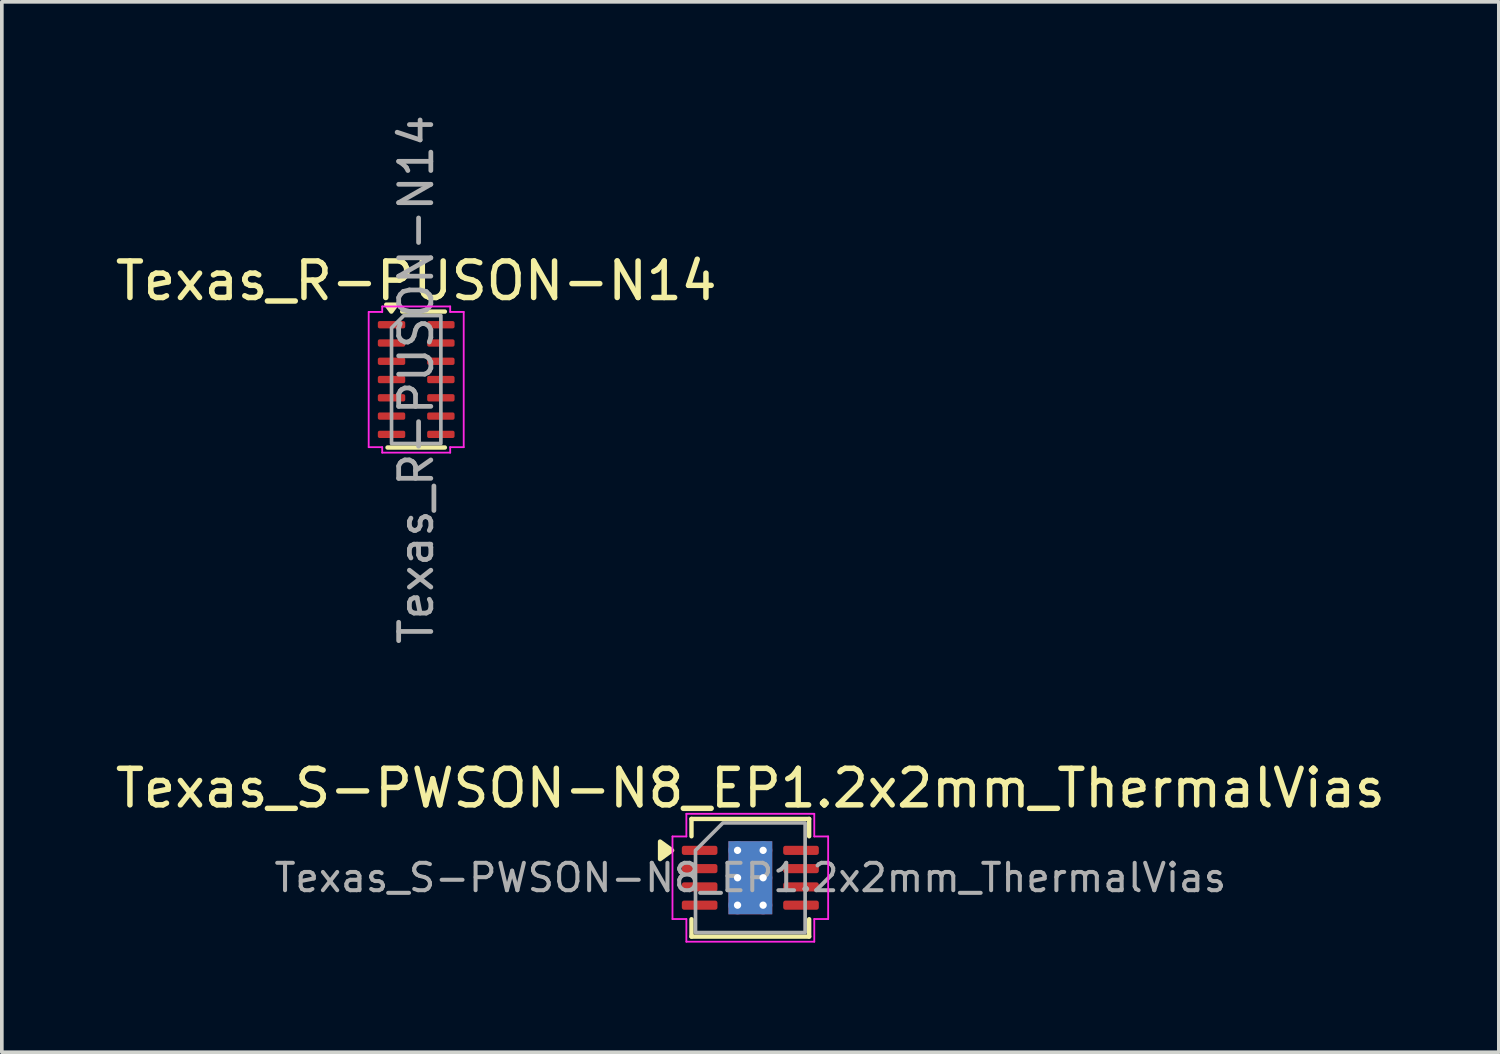
<source format=kicad_pcb>
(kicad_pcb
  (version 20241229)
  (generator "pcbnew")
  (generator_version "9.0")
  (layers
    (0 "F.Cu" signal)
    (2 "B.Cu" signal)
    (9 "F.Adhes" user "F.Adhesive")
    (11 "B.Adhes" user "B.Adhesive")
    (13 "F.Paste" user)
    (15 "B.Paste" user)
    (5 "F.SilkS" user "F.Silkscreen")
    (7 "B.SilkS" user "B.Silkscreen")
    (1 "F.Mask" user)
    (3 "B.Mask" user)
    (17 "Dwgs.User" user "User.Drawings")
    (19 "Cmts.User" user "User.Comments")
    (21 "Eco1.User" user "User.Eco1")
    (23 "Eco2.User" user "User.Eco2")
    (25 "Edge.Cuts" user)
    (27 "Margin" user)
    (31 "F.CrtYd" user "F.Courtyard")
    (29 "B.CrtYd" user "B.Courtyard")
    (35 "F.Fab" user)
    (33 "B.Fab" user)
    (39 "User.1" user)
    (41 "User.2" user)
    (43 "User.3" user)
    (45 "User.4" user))
  (footprint "Texas_S-PWSON-N8_EP1.2x2mm_ThermalVias"
    (layer "F.Cu")
    (at 17.482 20.969)
    (property "Reference" "Texas_S-PWSON-N8_EP1.2x2mm_ThermalVias" (at 0 -2.45 0) (layer "F.SilkS") (effects (font (size 1 1) (thickness 0.15))))
    (attr smd)
    (fp_line (start -1.61 -1.61) (end 1.61 -1.61) (stroke (width 0.12) (type solid)) (layer "F.SilkS"))
    (fp_line (start -1.61 -1.135) (end -1.61 -1.61) (stroke (width 0.12) (type solid)) (layer "F.SilkS"))
    (fp_line (start -1.61 1.61) (end -1.61 1.135) (stroke (width 0.12) (type solid)) (layer "F.SilkS"))
    (fp_line (start 1.61 -1.61) (end 1.61 -1.135) (stroke (width 0.12) (type solid)) (layer "F.SilkS"))
    (fp_line (start 1.61 1.135) (end 1.61 1.61) (stroke (width 0.12) (type solid)) (layer "F.SilkS"))
    (fp_line (start 1.61 1.61) (end -1.61 1.61) (stroke (width 0.12) (type solid)) (layer "F.SilkS"))
    (fp_poly (pts (xy -2.14 -0.75) (xy -2.47 -0.51) (xy -2.47 -0.99)) (stroke (width 0.12) (type solid)) (fill yes) (layer "F.SilkS"))
    (fp_line (start -2.13 -1.13) (end -1.75 -1.13) (stroke (width 0.05) (type solid)) (layer "F.CrtYd"))
    (fp_line (start -2.13 1.13) (end -2.13 -1.13) (stroke (width 0.05) (type solid)) (layer "F.CrtYd"))
    (fp_line (start -1.75 -1.75) (end 1.75 -1.75) (stroke (width 0.05) (type solid)) (layer "F.CrtYd"))
    (fp_line (start -1.75 -1.13) (end -1.75 -1.75) (stroke (width 0.05) (type solid)) (layer "F.CrtYd"))
    (fp_line (start -1.75 1.13) (end -2.13 1.13) (stroke (width 0.05) (type solid)) (layer "F.CrtYd"))
    (fp_line (start -1.75 1.75) (end -1.75 1.13) (stroke (width 0.05) (type solid)) (layer "F.CrtYd"))
    (fp_line (start 1.75 -1.75) (end 1.75 -1.13) (stroke (width 0.05) (type solid)) (layer "F.CrtYd"))
    (fp_line (start 1.75 -1.13) (end 2.13 -1.13) (stroke (width 0.05) (type solid)) (layer "F.CrtYd"))
    (fp_line (start 1.75 1.13) (end 1.75 1.75) (stroke (width 0.05) (type solid)) (layer "F.CrtYd"))
    (fp_line (start 1.75 1.75) (end -1.75 1.75) (stroke (width 0.05) (type solid)) (layer "F.CrtYd"))
    (fp_line (start 2.13 -1.13) (end 2.13 1.13) (stroke (width 0.05) (type solid)) (layer "F.CrtYd"))
    (fp_line (start 2.13 1.13) (end 1.75 1.13) (stroke (width 0.05) (type solid)) (layer "F.CrtYd"))
    (fp_poly (pts (xy -1.5 -0.75) (xy -1.5 1.5) (xy 1.5 1.5) (xy 1.5 -1.5) (xy -0.75 -1.5)) (stroke (width 0.1) (type solid)) (fill no) (layer "F.Fab"))
    (fp_text user "${REFERENCE}" (at 0 0 0) (layer "F.Fab") (effects (font (size 0.75 0.75) (thickness 0.11))))
    (pad "" smd roundrect (at 0 -0.5) (size 1.04 0.87) (layers "F.Paste") (roundrect_rratio 0.25))
    (pad "" smd roundrect (at 0 0.5) (size 1.04 0.87) (layers "F.Paste") (roundrect_rratio 0.25))
    (pad "1" smd roundrect (at -1.387 -0.75) (size 0.975 0.25) (layers "F.Cu" "F.Mask" "F.Paste") (roundrect_rratio 0.25))
    (pad "2" smd roundrect (at -1.387 -0.25) (size 0.975 0.25) (layers "F.Cu" "F.Mask" "F.Paste") (roundrect_rratio 0.25))
    (pad "3" smd roundrect (at -1.387 0.25) (size 0.975 0.25) (layers "F.Cu" "F.Mask" "F.Paste") (roundrect_rratio 0.25))
    (pad "4" smd roundrect (at -1.387 0.75) (size 0.975 0.25) (layers "F.Cu" "F.Mask" "F.Paste") (roundrect_rratio 0.25))
    (pad "5" smd roundrect (at 1.387 0.75) (size 0.975 0.25) (layers "F.Cu" "F.Mask" "F.Paste") (roundrect_rratio 0.25))
    (pad "6" smd roundrect (at 1.387 0.25) (size 0.975 0.25) (layers "F.Cu" "F.Mask" "F.Paste") (roundrect_rratio 0.25))
    (pad "7" smd roundrect (at 1.387 -0.25) (size 0.975 0.25) (layers "F.Cu" "F.Mask" "F.Paste") (roundrect_rratio 0.25))
    (pad "8" smd roundrect (at 1.387 -0.75) (size 0.975 0.25) (layers "F.Cu" "F.Mask" "F.Paste") (roundrect_rratio 0.25))
    (pad "9" thru_hole circle (at -0.35 -0.75) (size 0.5 0.5) (drill 0.2) (property pad_prop_heatsink) (layers "*.Cu"))
    (pad "9" thru_hole circle (at -0.35 0) (size 0.5 0.5) (drill 0.2) (property pad_prop_heatsink) (layers "*.Cu"))
    (pad "9" thru_hole circle (at -0.35 0.75) (size 0.5 0.5) (drill 0.2) (property pad_prop_heatsink) (layers "*.Cu"))
    (pad "9" smd rect (at 0 0) (size 1.2 2) (property pad_prop_heatsink) (layers "F.Cu" "F.Mask"))
    (pad "9" smd rect (at 0 0) (size 1.2 2) (property pad_prop_heatsink) (layers "B.Cu"))
    (pad "9" thru_hole circle (at 0.35 -0.75) (size 0.5 0.5) (drill 0.2) (property pad_prop_heatsink) (layers "*.Cu"))
    (pad "9" thru_hole circle (at 0.35 0) (size 0.5 0.5) (drill 0.2) (property pad_prop_heatsink) (layers "*.Cu"))
    (pad "9" thru_hole circle (at 0.35 0.75) (size 0.5 0.5) (drill 0.2) (property pad_prop_heatsink) (layers "*.Cu")))
  (footprint "Texas_R-PUSON-N14"
    (layer "F.Cu")
    (at 8.339 7.336)
    (property "Reference" "Texas_R-PUSON-N14" (at 0 -2.7 0) (layer "F.SilkS") (effects (font (size 1 1) (thickness 0.15))))
    (attr smd)
    (fp_line (start -0.382 -1.86) (end 0.785 -1.86) (stroke (width 0.12) (type solid)) (layer "F.SilkS"))
    (fp_line (start 0.785 1.86) (end -0.785 1.86) (stroke (width 0.12) (type solid)) (layer "F.SilkS"))
    (fp_poly (pts (xy -0.68 -1.86) (xy -0.82 -2.05) (xy -0.54 -2.05)) (stroke (width 0.12) (type solid)) (fill yes) (layer "F.SilkS"))
    (fp_line (start -1.3 -1.85) (end -0.93 -1.85) (stroke (width 0.05) (type solid)) (layer "F.CrtYd"))
    (fp_line (start -1.3 1.85) (end -1.3 -1.85) (stroke (width 0.05) (type solid)) (layer "F.CrtYd"))
    (fp_line (start -0.93 -2) (end 0.93 -2) (stroke (width 0.05) (type solid)) (layer "F.CrtYd"))
    (fp_line (start -0.93 -1.85) (end -0.93 -2) (stroke (width 0.05) (type solid)) (layer "F.CrtYd"))
    (fp_line (start -0.93 1.85) (end -1.3 1.85) (stroke (width 0.05) (type solid)) (layer "F.CrtYd"))
    (fp_line (start -0.93 2) (end -0.93 1.85) (stroke (width 0.05) (type solid)) (layer "F.CrtYd"))
    (fp_line (start 0.93 -2) (end 0.93 -1.85) (stroke (width 0.05) (type solid)) (layer "F.CrtYd"))
    (fp_line (start 0.93 -1.85) (end 1.3 -1.85) (stroke (width 0.05) (type solid)) (layer "F.CrtYd"))
    (fp_line (start 0.93 1.85) (end 0.93 2) (stroke (width 0.05) (type solid)) (layer "F.CrtYd"))
    (fp_line (start 0.93 2) (end -0.93 2) (stroke (width 0.05) (type solid)) (layer "F.CrtYd"))
    (fp_line (start 1.3 -1.85) (end 1.3 1.85) (stroke (width 0.05) (type solid)) (layer "F.CrtYd"))
    (fp_line (start 1.3 1.85) (end 0.93 1.85) (stroke (width 0.05) (type solid)) (layer "F.CrtYd"))
    (fp_poly (pts (xy -0.675 -1.413) (xy -0.675 1.75) (xy 0.675 1.75) (xy 0.675 -1.75) (xy -0.338 -1.75)) (stroke (width 0.1) (type solid)) (fill no) (layer "F.Fab"))
    (fp_text user "${REFERENCE}" (at 0 0 90) (layer "F.Fab") (effects (font (size 0.88 0.88) (thickness 0.13))))
    (pad "1" smd roundrect (at -0.675 -1.5) (size 0.75 0.2) (layers "F.Cu" "F.Mask" "F.Paste") (roundrect_rratio 0.25))
    (pad "2" smd roundrect (at -0.675 -1) (size 0.75 0.2) (layers "F.Cu" "F.Mask" "F.Paste") (roundrect_rratio 0.25))
    (pad "3" smd roundrect (at -0.675 -0.5) (size 0.75 0.2) (layers "F.Cu" "F.Mask" "F.Paste") (roundrect_rratio 0.25))
    (pad "4" smd roundrect (at -0.675 0) (size 0.75 0.2) (layers "F.Cu" "F.Mask" "F.Paste") (roundrect_rratio 0.25))
    (pad "5" smd roundrect (at -0.675 0.5) (size 0.75 0.2) (layers "F.Cu" "F.Mask" "F.Paste") (roundrect_rratio 0.25))
    (pad "6" smd roundrect (at -0.675 1) (size 0.75 0.2) (layers "F.Cu" "F.Mask" "F.Paste") (roundrect_rratio 0.25))
    (pad "7" smd roundrect (at -0.675 1.5) (size 0.75 0.2) (layers "F.Cu" "F.Mask" "F.Paste") (roundrect_rratio 0.25))
    (pad "8" smd roundrect (at 0.675 1.5) (size 0.75 0.2) (layers "F.Cu" "F.Mask" "F.Paste") (roundrect_rratio 0.25))
    (pad "9" smd roundrect (at 0.675 1) (size 0.75 0.2) (layers "F.Cu" "F.Mask" "F.Paste") (roundrect_rratio 0.25))
    (pad "10" smd roundrect (at 0.675 0.5) (size 0.75 0.2) (layers "F.Cu" "F.Mask" "F.Paste") (roundrect_rratio 0.25))
    (pad "11" smd roundrect (at 0.675 0) (size 0.75 0.2) (layers "F.Cu" "F.Mask" "F.Paste") (roundrect_rratio 0.25))
    (pad "12" smd roundrect (at 0.675 -0.5) (size 0.75 0.2) (layers "F.Cu" "F.Mask" "F.Paste") (roundrect_rratio 0.25))
    (pad "13" smd roundrect (at 0.675 -1) (size 0.75 0.2) (layers "F.Cu" "F.Mask" "F.Paste") (roundrect_rratio 0.25))
    (pad "14" smd roundrect (at 0.675 -1.5) (size 0.75 0.2) (layers "F.Cu" "F.Mask" "F.Paste") (roundrect_rratio 0.25)))
  (gr_rect
    (start -3 -3)
    (end 37.964 25.744)
    (stroke (width 0.1) (type default))
    (fill no)
    (layer "Edge.Cuts")))
</source>
